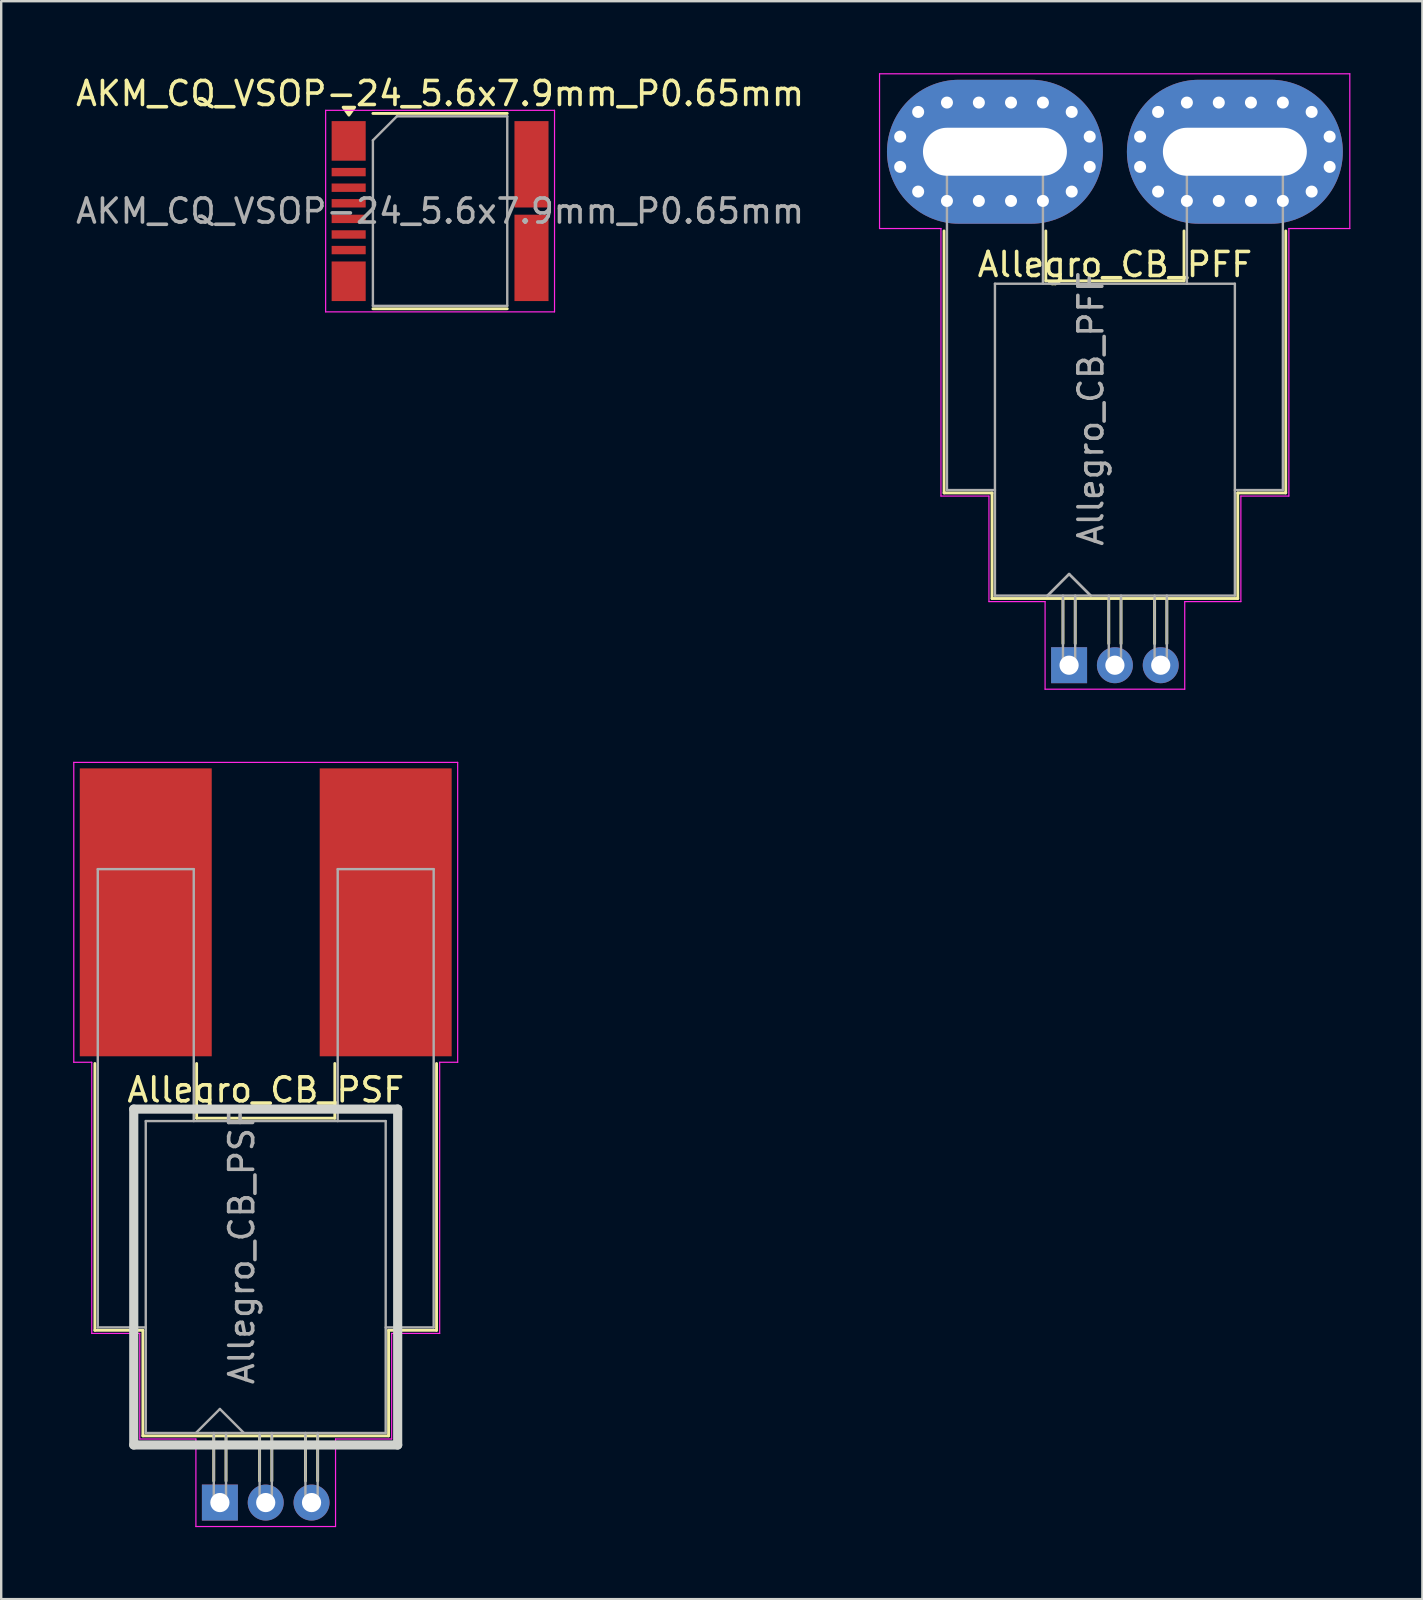
<source format=kicad_pcb>
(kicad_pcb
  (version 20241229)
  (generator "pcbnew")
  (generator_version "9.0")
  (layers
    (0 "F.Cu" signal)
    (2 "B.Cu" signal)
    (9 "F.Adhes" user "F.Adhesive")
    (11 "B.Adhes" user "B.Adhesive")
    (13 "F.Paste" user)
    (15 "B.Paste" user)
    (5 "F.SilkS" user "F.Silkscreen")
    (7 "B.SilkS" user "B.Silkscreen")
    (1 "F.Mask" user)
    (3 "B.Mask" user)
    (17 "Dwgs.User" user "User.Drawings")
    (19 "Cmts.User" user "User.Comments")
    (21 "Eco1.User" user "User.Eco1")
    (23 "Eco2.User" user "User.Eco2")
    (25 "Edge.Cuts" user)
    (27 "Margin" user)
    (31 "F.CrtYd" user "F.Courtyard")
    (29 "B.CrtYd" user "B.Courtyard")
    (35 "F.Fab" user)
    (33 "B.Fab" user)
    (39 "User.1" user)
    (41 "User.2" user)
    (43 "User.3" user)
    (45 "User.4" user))
  (footprint "Allegro_CB_PFF"
    (layer "F.Cu")
    (at 41.508 24.675)
    (property "Reference" "Allegro_CB_PFF" (at 1.91 -16.7 0) (layer "F.SilkS") (effects (font (size 1 1) (thickness 0.15))))
    (attr through_hole)
    (fp_line (start -5.21 -7.18) (end -5.21 -18.1) (stroke (width 0.12) (type solid)) (layer "F.SilkS"))
    (fp_line (start -3.21 -7.18) (end -5.21 -7.18) (stroke (width 0.12) (type solid)) (layer "F.SilkS"))
    (fp_line (start -3.21 -2.78) (end -3.21 -7.18) (stroke (width 0.12) (type solid)) (layer "F.SilkS"))
    (fp_line (start -0.97 -16.02) (end -0.97 -18.1) (stroke (width 0.12) (type solid)) (layer "F.SilkS"))
    (fp_line (start -0.97 -16.02) (end 4.79 -16.02) (stroke (width 0.12) (type solid)) (layer "F.SilkS"))
    (fp_line (start -0.255 -2.78) (end -0.255 -0.9) (stroke (width 0.12) (type solid)) (layer "F.SilkS"))
    (fp_line (start 0.255 -2.78) (end 0.255 -0.9) (stroke (width 0.12) (type solid)) (layer "F.SilkS"))
    (fp_line (start 1.655 -2.78) (end 1.655 -0.9) (stroke (width 0.12) (type solid)) (layer "F.SilkS"))
    (fp_line (start 2.165 -2.78) (end 2.165 -0.9) (stroke (width 0.12) (type solid)) (layer "F.SilkS"))
    (fp_line (start 3.565 -2.78) (end 3.565 -0.9) (stroke (width 0.12) (type solid)) (layer "F.SilkS"))
    (fp_line (start 4.075 -2.78) (end 4.075 -0.9) (stroke (width 0.12) (type solid)) (layer "F.SilkS"))
    (fp_line (start 4.79 -16.02) (end 4.79 -18.1) (stroke (width 0.12) (type solid)) (layer "F.SilkS"))
    (fp_line (start 7.03 -7.18) (end 9.03 -7.18) (stroke (width 0.12) (type solid)) (layer "F.SilkS"))
    (fp_line (start 7.03 -2.78) (end -3.21 -2.78) (stroke (width 0.12) (type solid)) (layer "F.SilkS"))
    (fp_line (start 7.03 -2.78) (end 7.03 -7.18) (stroke (width 0.12) (type solid)) (layer "F.SilkS"))
    (fp_line (start 9.03 -7.18) (end 9.03 -18.1) (stroke (width 0.12) (type solid)) (layer "F.SilkS"))
    (fp_line (start -7.9 -24.65) (end 11.7 -24.65) (stroke (width 0.05) (type solid)) (layer "F.CrtYd"))
    (fp_line (start -7.9 -18.2) (end -7.9 -24.65) (stroke (width 0.05) (type solid)) (layer "F.CrtYd"))
    (fp_line (start -7.9 -18.2) (end -5.34 -18.2) (stroke (width 0.05) (type solid)) (layer "F.CrtYd"))
    (fp_line (start -5.34 -7.05) (end -5.34 -18.2) (stroke (width 0.05) (type solid)) (layer "F.CrtYd"))
    (fp_line (start -3.34 -7.05) (end -5.34 -7.05) (stroke (width 0.05) (type solid)) (layer "F.CrtYd"))
    (fp_line (start -3.34 -7.05) (end -3.34 -2.65) (stroke (width 0.05) (type solid)) (layer "F.CrtYd"))
    (fp_line (start -1 -2.65) (end -3.34 -2.65) (stroke (width 0.05) (type solid)) (layer "F.CrtYd"))
    (fp_line (start -1 -2.65) (end -1 1) (stroke (width 0.05) (type solid)) (layer "F.CrtYd"))
    (fp_line (start 4.82 -2.65) (end 4.82 1) (stroke (width 0.05) (type solid)) (layer "F.CrtYd"))
    (fp_line (start 4.82 -2.65) (end 7.16 -2.65) (stroke (width 0.05) (type solid)) (layer "F.CrtYd"))
    (fp_line (start 4.82 1) (end -1 1) (stroke (width 0.05) (type solid)) (layer "F.CrtYd"))
    (fp_line (start 7.16 -7.05) (end 7.16 -2.65) (stroke (width 0.05) (type solid)) (layer "F.CrtYd"))
    (fp_line (start 7.16 -7.05) (end 9.16 -7.05) (stroke (width 0.05) (type solid)) (layer "F.CrtYd"))
    (fp_line (start 9.16 -18.2) (end 11.7 -18.2) (stroke (width 0.05) (type solid)) (layer "F.CrtYd"))
    (fp_line (start 9.16 -7.05) (end 9.16 -18.2) (stroke (width 0.05) (type solid)) (layer "F.CrtYd"))
    (fp_line (start 11.7 -24.65) (end 11.7 -18.2) (stroke (width 0.05) (type solid)) (layer "F.CrtYd"))
    (fp_line (start -5.09 -21.9) (end -1.09 -21.9) (stroke (width 0.1) (type solid)) (layer "F.Fab"))
    (fp_line (start -5.09 -7.3) (end -5.09 -21.9) (stroke (width 0.1) (type solid)) (layer "F.Fab"))
    (fp_line (start -5.09 -7.3) (end -3.09 -7.3) (stroke (width 0.1) (type solid)) (layer "F.Fab"))
    (fp_line (start -3.09 -15.9) (end -3.09 -2.9) (stroke (width 0.1) (type solid)) (layer "F.Fab"))
    (fp_line (start -3.09 -15.9) (end 6.91 -15.9) (stroke (width 0.1) (type solid)) (layer "F.Fab"))
    (fp_line (start -1.09 -15.9) (end -1.09 -21.9) (stroke (width 0.1) (type solid)) (layer "F.Fab"))
    (fp_line (start -0.9 -2.9) (end 0 -3.8) (stroke (width 0.1) (type solid)) (layer "F.Fab"))
    (fp_line (start -0.9 -2.9) (end 0 -3.8) (stroke (width 0.1) (type solid)) (layer "F.Fab"))
    (fp_line (start -0.255 -2.9) (end -0.255 0.19) (stroke (width 0.1) (type solid)) (layer "F.Fab"))
    (fp_line (start 0 -3.8) (end 0.9 -2.9) (stroke (width 0.1) (type solid)) (layer "F.Fab"))
    (fp_line (start 0 -3.8) (end 0.9 -2.9) (stroke (width 0.1) (type solid)) (layer "F.Fab"))
    (fp_line (start 0.255 -2.9) (end 0.255 0.19) (stroke (width 0.1) (type solid)) (layer "F.Fab"))
    (fp_line (start 1.655 -2.9) (end 1.655 0.19) (stroke (width 0.1) (type solid)) (layer "F.Fab"))
    (fp_line (start 2.165 -2.9) (end 2.165 0.19) (stroke (width 0.1) (type solid)) (layer "F.Fab"))
    (fp_line (start 3.565 -2.9) (end 3.565 0.19) (stroke (width 0.1) (type solid)) (layer "F.Fab"))
    (fp_line (start 4.075 -2.9) (end 4.075 0.19) (stroke (width 0.1) (type solid)) (layer "F.Fab"))
    (fp_line (start 4.91 -15.9) (end 4.91 -21.9) (stroke (width 0.1) (type solid)) (layer "F.Fab"))
    (fp_line (start 6.91 -15.9) (end 6.91 -2.9) (stroke (width 0.1) (type solid)) (layer "F.Fab"))
    (fp_line (start 6.91 -7.3) (end 8.91 -7.3) (stroke (width 0.1) (type solid)) (layer "F.Fab"))
    (fp_line (start 6.91 -2.9) (end -3.09 -2.9) (stroke (width 0.1) (type solid)) (layer "F.Fab"))
    (fp_line (start 8.91 -21.9) (end 4.91 -21.9) (stroke (width 0.1) (type solid)) (layer "F.Fab"))
    (fp_line (start 8.91 -7.3) (end 8.91 -21.9) (stroke (width 0.1) (type solid)) (layer "F.Fab"))
    (fp_text user "${REFERENCE}" (at 0.91 -10.7 90) (layer "F.Fab") (effects (font (size 1 1) (thickness 0.15))))
    (pad "1" thru_hole rect (at 0 0) (size 1.5 1.5) (drill 0.8) (layers "*.Cu" "*.Mask"))
    (pad "2" thru_hole circle (at 1.91 0) (size 1.5 1.5) (drill 0.8) (layers "*.Cu" "*.Mask"))
    (pad "3" thru_hole circle (at 3.82 0) (size 1.5 1.5) (drill 0.8) (layers "*.Cu" "*.Mask"))
    (pad "4" thru_hole oval (at 2.96 -22.03 65) (size 0.8 0.8) (drill 0.5) (layers "*.Cu" "*.Mask"))
    (pad "4" thru_hole oval (at 2.96 -20.77 295) (size 0.8 0.8) (drill 0.5) (layers "*.Cu" "*.Mask"))
    (pad "4" thru_hole circle (at 3.71 -23.06) (size 0.8 0.8) (drill 0.5) (layers "*.Cu" "*.Mask"))
    (pad "4" thru_hole circle (at 3.71 -19.74) (size 0.8 0.8) (drill 0.5) (layers "*.Cu" "*.Mask"))
    (pad "4" thru_hole circle (at 4.91 -23.45) (size 0.8 0.8) (drill 0.5) (layers "*.Cu" "*.Mask"))
    (pad "4" thru_hole circle (at 4.91 -19.35) (size 0.8 0.8) (drill 0.5) (layers "*.Cu" "*.Mask"))
    (pad "4" thru_hole circle (at 6.24 -23.45) (size 0.8 0.8) (drill 0.5) (layers "*.Cu" "*.Mask"))
    (pad "4" thru_hole circle (at 6.24 -19.35) (size 0.8 0.8) (drill 0.5) (layers "*.Cu" "*.Mask"))
    (pad "4" thru_hole oval (at 6.91 -21.4) (size 9 6) (drill oval 6 2) (layers "*.Cu" "*.Mask"))
    (pad "4" thru_hole circle (at 7.58 -23.45) (size 0.8 0.8) (drill 0.5) (layers "*.Cu" "*.Mask"))
    (pad "4" thru_hole circle (at 7.58 -19.35) (size 0.8 0.8) (drill 0.5) (layers "*.Cu" "*.Mask"))
    (pad "4" thru_hole circle (at 8.91 -23.45) (size 0.8 0.8) (drill 0.5) (layers "*.Cu" "*.Mask"))
    (pad "4" thru_hole circle (at 8.91 -19.35) (size 0.8 0.8) (drill 0.5) (layers "*.Cu" "*.Mask"))
    (pad "4" thru_hole circle (at 10.11 -23.06) (size 0.8 0.8) (drill 0.5) (layers "*.Cu" "*.Mask"))
    (pad "4" thru_hole circle (at 10.11 -19.74) (size 0.8 0.8) (drill 0.5) (layers "*.Cu" "*.Mask"))
    (pad "4" thru_hole circle (at 10.86 -22.03) (size 0.8 0.8) (drill 0.5) (layers "*.Cu" "*.Mask"))
    (pad "4" thru_hole circle (at 10.86 -20.77) (size 0.8 0.8) (drill 0.5) (layers "*.Cu" "*.Mask"))
    (pad "5" thru_hole circle (at -7.04 -22.03) (size 0.8 0.8) (drill 0.5) (layers "*.Cu" "*.Mask"))
    (pad "5" thru_hole circle (at -7.04 -20.77) (size 0.8 0.8) (drill 0.5) (layers "*.Cu" "*.Mask"))
    (pad "5" thru_hole circle (at -6.29 -23.06) (size 0.8 0.8) (drill 0.5) (layers "*.Cu" "*.Mask"))
    (pad "5" thru_hole circle (at -6.29 -19.74) (size 0.8 0.8) (drill 0.5) (layers "*.Cu" "*.Mask"))
    (pad "5" thru_hole circle (at -5.09 -23.45) (size 0.8 0.8) (drill 0.5) (layers "*.Cu" "*.Mask"))
    (pad "5" thru_hole circle (at -5.09 -19.35) (size 0.8 0.8) (drill 0.5) (layers "*.Cu" "*.Mask"))
    (pad "5" thru_hole circle (at -3.76 -23.45) (size 0.8 0.8) (drill 0.5) (layers "*.Cu" "*.Mask"))
    (pad "5" thru_hole circle (at -3.76 -19.35) (size 0.8 0.8) (drill 0.5) (layers "*.Cu" "*.Mask"))
    (pad "5" thru_hole oval (at -3.09 -21.4) (size 9 6) (drill oval 6 2) (layers "*.Cu" "*.Mask"))
    (pad "5" thru_hole circle (at -2.42 -23.45) (size 0.8 0.8) (drill 0.5) (layers "*.Cu" "*.Mask"))
    (pad "5" thru_hole circle (at -2.42 -19.35) (size 0.8 0.8) (drill 0.5) (layers "*.Cu" "*.Mask"))
    (pad "5" thru_hole circle (at -1.09 -23.45) (size 0.8 0.8) (drill 0.5) (layers "*.Cu" "*.Mask"))
    (pad "5" thru_hole circle (at -1.09 -19.35) (size 0.8 0.8) (drill 0.5) (layers "*.Cu" "*.Mask"))
    (pad "5" thru_hole circle (at 0.11 -23.06) (size 0.8 0.8) (drill 0.5) (layers "*.Cu" "*.Mask"))
    (pad "5" thru_hole circle (at 0.11 -19.74) (size 0.8 0.8) (drill 0.5) (layers "*.Cu" "*.Mask"))
    (pad "5" thru_hole oval (at 0.86 -22.03 295) (size 0.8 0.8) (drill 0.5) (layers "*.Cu" "*.Mask"))
    (pad "5" thru_hole oval (at 0.86 -20.77 65) (size 0.8 0.8) (drill 0.5) (layers "*.Cu" "*.Mask")))
  (footprint "AKM_CQ_VSOP-24_5.6x7.9mm_P0.65mm"
    (layer "F.Cu")
    (at 15.292 5.748)
    (property "Reference" "AKM_CQ_VSOP-24_5.6x7.9mm_P0.65mm" (at 0 -4.9 0) (layer "F.SilkS") (effects (font (size 1 1) (thickness 0.15))))
    (attr smd)
    (fp_line (start 2.8 -4.07) (end -2.8 -4.07) (stroke (width 0.12) (type solid)) (layer "F.SilkS"))
    (fp_line (start 2.8 4.07) (end -2.8 4.07) (stroke (width 0.12) (type solid)) (layer "F.SilkS"))
    (fp_poly (pts (xy -3.8 -4) (xy -4.04 -4.33) (xy -3.56 -4.33) (xy -3.8 -4)) (stroke (width 0.12) (type solid)) (fill yes) (layer "F.SilkS"))
    (fp_line (start -4.77 -4.2) (end 4.77 -4.2) (stroke (width 0.05) (type solid)) (layer "F.CrtYd"))
    (fp_line (start -4.77 4.2) (end -4.77 -4.2) (stroke (width 0.05) (type solid)) (layer "F.CrtYd"))
    (fp_line (start 4.77 -4.2) (end 4.77 4.2) (stroke (width 0.05) (type solid)) (layer "F.CrtYd"))
    (fp_line (start 4.77 4.2) (end -4.77 4.2) (stroke (width 0.05) (type solid)) (layer "F.CrtYd"))
    (fp_line (start -2.8 -2.95) (end -1.8 -3.95) (stroke (width 0.1) (type solid)) (layer "F.Fab"))
    (fp_line (start -2.8 3.95) (end -2.8 -2.95) (stroke (width 0.1) (type solid)) (layer "F.Fab"))
    (fp_line (start -1.8 -3.95) (end 2.8 -3.95) (stroke (width 0.1) (type solid)) (layer "F.Fab"))
    (fp_line (start 2.8 -3.95) (end 2.8 3.95) (stroke (width 0.1) (type solid)) (layer "F.Fab"))
    (fp_line (start 2.8 3.95) (end -2.8 3.95) (stroke (width 0.1) (type solid)) (layer "F.Fab"))
    (fp_text user "${REFERENCE}" (at 0 0 0) (layer "F.Fab") (effects (font (size 1 1) (thickness 0.15))))
    (pad "1" smd rect (at -3.81 -2.925) (size 1.42 1.65) (layers "F.Cu" "F.Mask" "F.Paste"))
    (pad "2" smd rect (at -3.81 -1.625) (size 1.42 0.35) (layers "F.Cu" "F.Mask" "F.Paste"))
    (pad "3" smd rect (at -3.81 -0.975) (size 1.42 0.35) (layers "F.Cu" "F.Mask" "F.Paste"))
    (pad "4" smd rect (at -3.81 -0.325) (size 1.42 0.35) (layers "F.Cu" "F.Mask" "F.Paste"))
    (pad "5" smd rect (at -3.81 0.325) (size 1.42 0.35) (layers "F.Cu" "F.Mask" "F.Paste"))
    (pad "6" smd rect (at -3.81 0.975) (size 1.42 0.35) (layers "F.Cu" "F.Mask" "F.Paste"))
    (pad "7" smd rect (at -3.81 1.625) (size 1.42 0.35) (layers "F.Cu" "F.Mask" "F.Paste"))
    (pad "8" smd rect (at -3.81 2.925) (size 1.42 1.65) (layers "F.Cu" "F.Mask" "F.Paste"))
    (pad "9" smd rect (at 3.81 1.95) (size 1.42 3.6) (layers "F.Cu" "F.Mask" "F.Paste"))
    (pad "10" smd rect (at 3.81 -1.95) (size 1.42 3.6) (layers "F.Cu" "F.Mask" "F.Paste")))
  (footprint "Allegro_CB_PSF"
    (layer "F.Cu")
    (at 6.115 59.575)
    (property "Reference" "Allegro_CB_PSF" (at 1.91 -17.2 0) (layer "F.SilkS") (effects (font (size 1 1) (thickness 0.15))))
    (attr through_hole)
    (fp_line (start -5.21 -7.18) (end -5.21 -18.3) (stroke (width 0.12) (type solid)) (layer "F.SilkS"))
    (fp_line (start -3.21 -7.18) (end -5.21 -7.18) (stroke (width 0.12) (type solid)) (layer "F.SilkS"))
    (fp_line (start -3.21 -2.78) (end -3.21 -7.18) (stroke (width 0.12) (type solid)) (layer "F.SilkS"))
    (fp_line (start -0.97 -16.02) (end -0.97 -18.3) (stroke (width 0.12) (type solid)) (layer "F.SilkS"))
    (fp_line (start -0.97 -16.02) (end 4.79 -16.02) (stroke (width 0.12) (type solid)) (layer "F.SilkS"))
    (fp_line (start -0.255 -2.78) (end -0.255 -0.9) (stroke (width 0.12) (type solid)) (layer "F.SilkS"))
    (fp_line (start 0.255 -2.78) (end 0.255 -0.9) (stroke (width 0.12) (type solid)) (layer "F.SilkS"))
    (fp_line (start 1.655 -2.78) (end 1.655 -0.9) (stroke (width 0.12) (type solid)) (layer "F.SilkS"))
    (fp_line (start 2.165 -2.78) (end 2.165 -0.9) (stroke (width 0.12) (type solid)) (layer "F.SilkS"))
    (fp_line (start 3.565 -2.78) (end 3.565 -0.9) (stroke (width 0.12) (type solid)) (layer "F.SilkS"))
    (fp_line (start 4.075 -2.78) (end 4.075 -0.9) (stroke (width 0.12) (type solid)) (layer "F.SilkS"))
    (fp_line (start 4.79 -16.02) (end 4.79 -18.3) (stroke (width 0.12) (type solid)) (layer "F.SilkS"))
    (fp_line (start 7.03 -7.18) (end 9.03 -7.18) (stroke (width 0.12) (type solid)) (layer "F.SilkS"))
    (fp_line (start 7.03 -2.78) (end -3.21 -2.78) (stroke (width 0.12) (type solid)) (layer "F.SilkS"))
    (fp_line (start 7.03 -2.78) (end 7.03 -7.18) (stroke (width 0.12) (type solid)) (layer "F.SilkS"))
    (fp_line (start 9.03 -7.18) (end 9.03 -18.3) (stroke (width 0.12) (type solid)) (layer "F.SilkS"))
    (fp_line (start -3.59 -16.4) (end 7.41 -16.4) (stroke (width 0.381) (type solid)) (layer "Edge.Cuts"))
    (fp_line (start -3.59 -2.4) (end -3.59 -16.4) (stroke (width 0.381) (type solid)) (layer "Edge.Cuts"))
    (fp_line (start 7.41 -16.4) (end 7.41 -2.4) (stroke (width 0.381) (type solid)) (layer "Edge.Cuts"))
    (fp_line (start 7.41 -2.4) (end -3.59 -2.4) (stroke (width 0.381) (type solid)) (layer "Edge.Cuts"))
    (fp_line (start -6.09 -30.85) (end 9.91 -30.85) (stroke (width 0.05) (type solid)) (layer "F.CrtYd"))
    (fp_line (start -6.09 -18.35) (end -6.09 -30.85) (stroke (width 0.05) (type solid)) (layer "F.CrtYd"))
    (fp_line (start -6.09 -18.35) (end -5.34 -18.35) (stroke (width 0.05) (type solid)) (layer "F.CrtYd"))
    (fp_line (start -5.34 -7.05) (end -5.34 -18.35) (stroke (width 0.05) (type solid)) (layer "F.CrtYd"))
    (fp_line (start -3.34 -7.05) (end -5.34 -7.05) (stroke (width 0.05) (type solid)) (layer "F.CrtYd"))
    (fp_line (start -3.34 -7.05) (end -3.34 -2.65) (stroke (width 0.05) (type solid)) (layer "F.CrtYd"))
    (fp_line (start -1 -2.65) (end -3.34 -2.65) (stroke (width 0.05) (type solid)) (layer "F.CrtYd"))
    (fp_line (start -1 -2.65) (end -1 1) (stroke (width 0.05) (type solid)) (layer "F.CrtYd"))
    (fp_line (start 4.82 -2.65) (end 4.82 1) (stroke (width 0.05) (type solid)) (layer "F.CrtYd"))
    (fp_line (start 4.82 -2.65) (end 7.16 -2.65) (stroke (width 0.05) (type solid)) (layer "F.CrtYd"))
    (fp_line (start 4.82 1) (end -1 1) (stroke (width 0.05) (type solid)) (layer "F.CrtYd"))
    (fp_line (start 7.16 -7.05) (end 7.16 -2.65) (stroke (width 0.05) (type solid)) (layer "F.CrtYd"))
    (fp_line (start 7.16 -7.05) (end 9.16 -7.05) (stroke (width 0.05) (type solid)) (layer "F.CrtYd"))
    (fp_line (start 9.16 -18.35) (end 9.91 -18.35) (stroke (width 0.05) (type solid)) (layer "F.CrtYd"))
    (fp_line (start 9.16 -7.05) (end 9.16 -18.35) (stroke (width 0.05) (type solid)) (layer "F.CrtYd"))
    (fp_line (start 9.91 -30.85) (end 9.91 -18.35) (stroke (width 0.05) (type solid)) (layer "F.CrtYd"))
    (fp_line (start -5.09 -26.4) (end -1.09 -26.4) (stroke (width 0.1) (type solid)) (layer "F.Fab"))
    (fp_line (start -5.09 -7.3) (end -5.09 -26.4) (stroke (width 0.1) (type solid)) (layer "F.Fab"))
    (fp_line (start -5.09 -7.3) (end -3.09 -7.3) (stroke (width 0.1) (type solid)) (layer "F.Fab"))
    (fp_line (start -3.09 -15.9) (end -3.09 -2.9) (stroke (width 0.1) (type solid)) (layer "F.Fab"))
    (fp_line (start -3.09 -15.9) (end 6.91 -15.9) (stroke (width 0.1) (type solid)) (layer "F.Fab"))
    (fp_line (start -1.09 -15.9) (end -1.09 -26.4) (stroke (width 0.1) (type solid)) (layer "F.Fab"))
    (fp_line (start -0.255 -2.9) (end -0.255 0.19) (stroke (width 0.1) (type solid)) (layer "F.Fab"))
    (fp_line (start 0 -3.9) (end -1 -2.9) (stroke (width 0.1) (type solid)) (layer "F.Fab"))
    (fp_line (start 0 -3.9) (end 1 -2.9) (stroke (width 0.1) (type solid)) (layer "F.Fab"))
    (fp_line (start 0.255 -2.9) (end 0.255 0.19) (stroke (width 0.1) (type solid)) (layer "F.Fab"))
    (fp_line (start 1.655 -2.9) (end 1.655 0.19) (stroke (width 0.1) (type solid)) (layer "F.Fab"))
    (fp_line (start 2.165 -2.9) (end 2.165 0.19) (stroke (width 0.1) (type solid)) (layer "F.Fab"))
    (fp_line (start 3.565 -2.9) (end 3.565 0.19) (stroke (width 0.1) (type solid)) (layer "F.Fab"))
    (fp_line (start 4.075 -2.9) (end 4.075 0.19) (stroke (width 0.1) (type solid)) (layer "F.Fab"))
    (fp_line (start 4.91 -15.9) (end 4.91 -26.4) (stroke (width 0.1) (type solid)) (layer "F.Fab"))
    (fp_line (start 6.91 -15.9) (end 6.91 -2.9) (stroke (width 0.1) (type solid)) (layer "F.Fab"))
    (fp_line (start 6.91 -7.3) (end 8.91 -7.3) (stroke (width 0.1) (type solid)) (layer "F.Fab"))
    (fp_line (start 6.91 -2.9) (end -3.09 -2.9) (stroke (width 0.1) (type solid)) (layer "F.Fab"))
    (fp_line (start 8.91 -26.4) (end 4.91 -26.4) (stroke (width 0.1) (type solid)) (layer "F.Fab"))
    (fp_line (start 8.91 -7.3) (end 8.91 -26.4) (stroke (width 0.1) (type solid)) (layer "F.Fab"))
    (fp_text user "${REFERENCE}" (at 0.91 -10.7 90) (layer "F.Fab") (effects (font (size 1 1) (thickness 0.15))))
    (pad "1" thru_hole rect (at 0 0) (size 1.5 1.5) (drill 0.8) (layers "*.Cu" "*.Mask"))
    (pad "2" thru_hole circle (at 1.91 0) (size 1.5 1.5) (drill 0.8) (layers "*.Cu" "*.Mask"))
    (pad "3" thru_hole circle (at 3.82 0) (size 1.5 1.5) (drill 0.8) (layers "*.Cu" "*.Mask"))
    (pad "4" smd rect (at 6.91 -24.6) (size 5.5 12) (layers "F.Cu" "F.Mask" "F.Paste"))
    (pad "5" smd rect (at -3.09 -24.6) (size 5.5 12) (layers "F.Cu" "F.Mask" "F.Paste")))
  (gr_rect
    (start -3 -3)
    (end 56.233 63.6)
    (stroke (width 0.1) (type default))
    (fill no)
    (layer "Edge.Cuts")))
</source>
